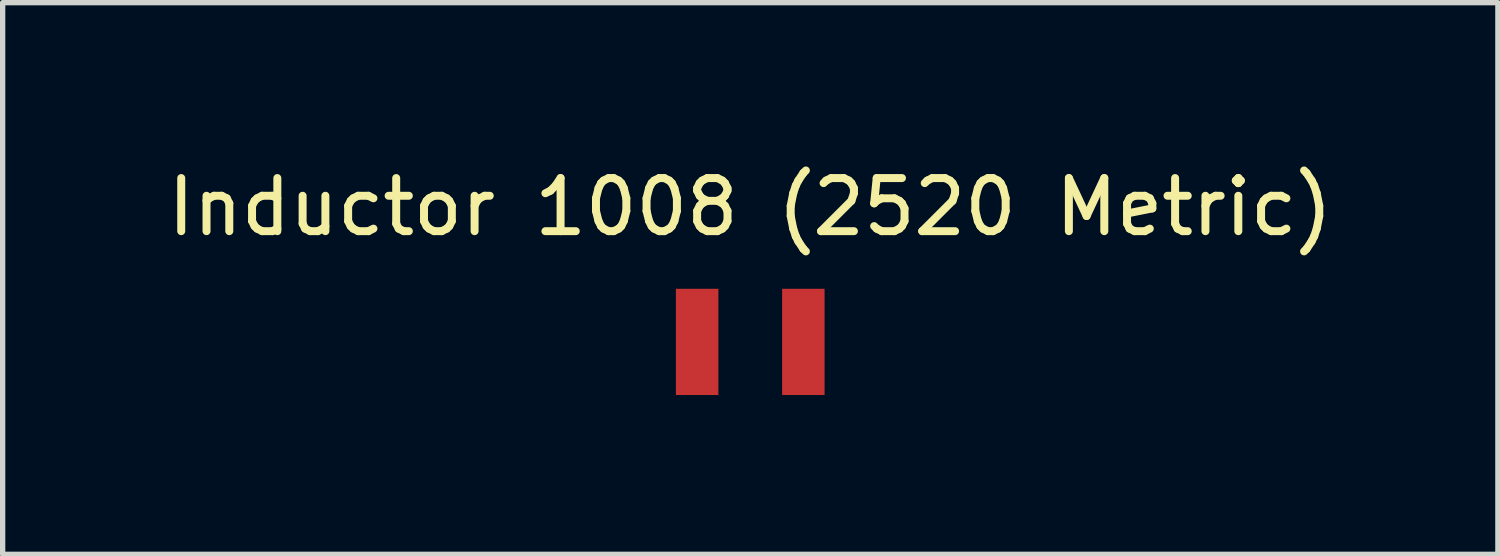
<source format=kicad_pcb>
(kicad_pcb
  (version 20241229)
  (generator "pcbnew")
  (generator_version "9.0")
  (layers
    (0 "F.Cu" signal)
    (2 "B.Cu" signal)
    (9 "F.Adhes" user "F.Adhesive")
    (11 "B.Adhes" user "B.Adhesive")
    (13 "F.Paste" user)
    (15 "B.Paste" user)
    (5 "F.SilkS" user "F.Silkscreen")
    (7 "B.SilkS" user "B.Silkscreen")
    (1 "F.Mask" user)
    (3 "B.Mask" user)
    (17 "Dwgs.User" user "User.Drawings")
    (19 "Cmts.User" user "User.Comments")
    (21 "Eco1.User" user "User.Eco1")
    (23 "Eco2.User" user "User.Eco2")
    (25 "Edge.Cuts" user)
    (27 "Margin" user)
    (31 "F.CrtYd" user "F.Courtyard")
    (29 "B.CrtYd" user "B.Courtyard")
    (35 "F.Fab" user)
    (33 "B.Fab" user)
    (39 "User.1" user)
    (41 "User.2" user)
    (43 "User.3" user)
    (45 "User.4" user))
  (footprint "Inductor 1008 (2520 Metric)"
    (layer "F.Cu")
    (at 11.077 3.388)
    (property "Reference" "Inductor 1008 (2520 Metric)" (at 0 -2.54 0) (layer "F.SilkS") (effects (font (size 1 1) (thickness 0.15))))
    (attr through_hole)
    (pad "1" smd rect (at -1 0) (size 0.8 2) (layers "F.Cu" "F.Mask" "F.Paste"))
    (pad "2" smd rect (at 1 0) (size 0.8 2) (layers "F.Cu" "F.Mask" "F.Paste")))
  (gr_rect
    (start -3 -3)
    (end 25.155 7.388)
    (stroke (width 0.1) (type default))
    (fill no)
    (layer "Edge.Cuts")))
</source>
